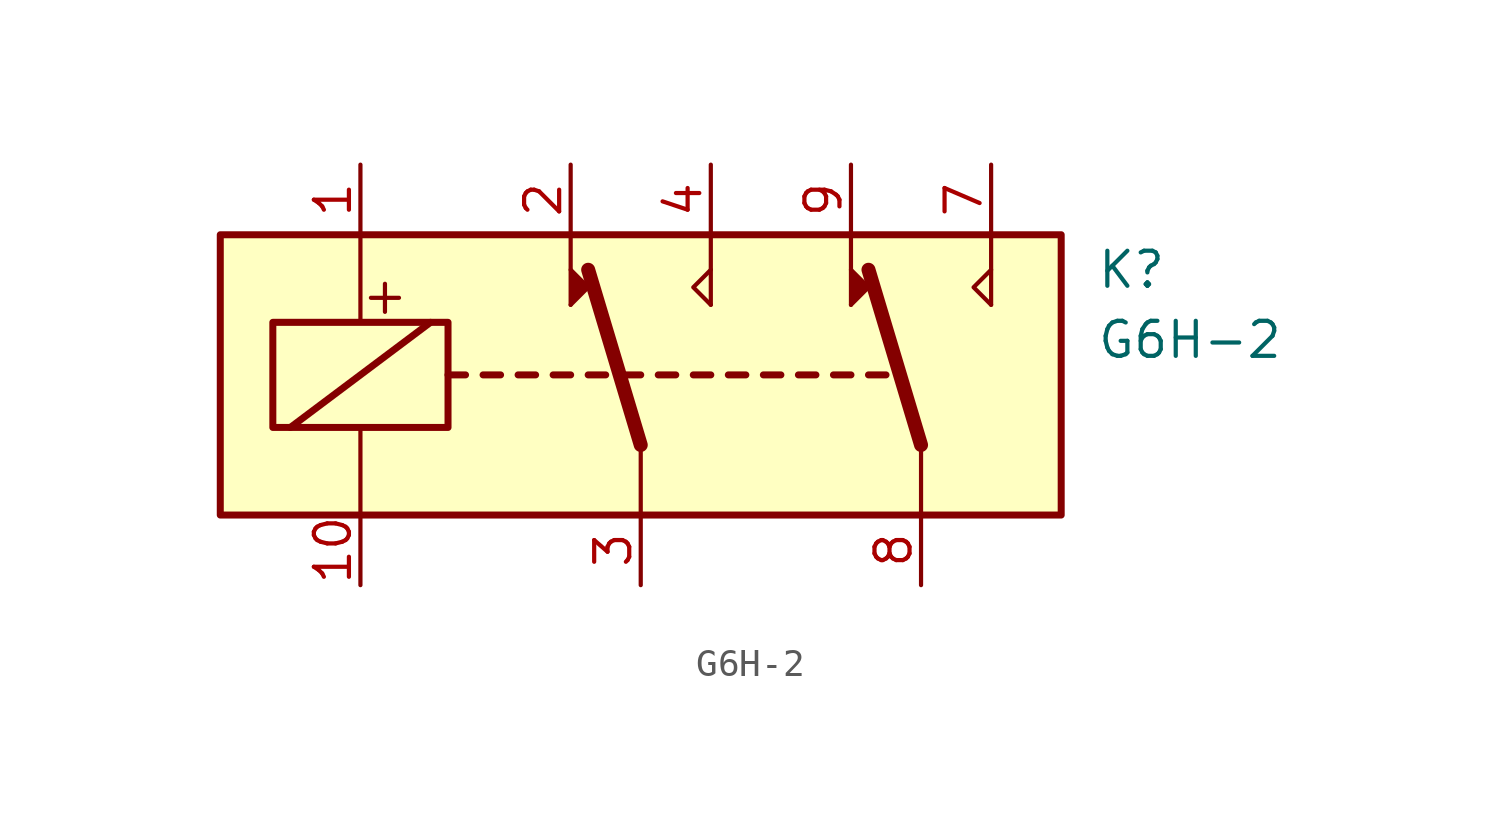
<source format=kicad_sym>
(kicad_symbol_lib
  (version 20211014)
  (generator kicad_symbol_editor)
  (symbol "G6H-2"
    (pin_names
      (offset 1.016))
    (property "Reference" "K"
      (at 16.51 3.81 0)
      (effects (font (size 1.27 1.27)) (justify left)))
    (property "Value" "G6H-2"
      (at 16.51 1.27 0)
      (effects (font (size 1.27 1.27)) (justify left)))
    (symbol "G6H-2_0_1"
      (rectangle (start -15.24 5.08) (end 15.24 -5.08) (stroke (width 0.254) (type default) (color 0 0 0 0)) (fill (type background)))
      (rectangle (start -13.335 1.905) (end -6.985 -1.905) (stroke (width 0.254) (type default) (color 0 0 0 0)) (fill (type none)))
      (polyline (pts (xy -12.7 -1.905) (xy -7.62 1.905)) (stroke (width 0.254) (type default) (color 0 0 0 0)) (fill (type none)))
      (polyline (pts (xy -10.16 -5.08) (xy -10.16 -1.905)) (stroke (width 0) (type default) (color 0 0 0 0)) (fill (type none)))
      (polyline (pts (xy -10.16 5.08) (xy -10.16 1.905)) (stroke (width 0) (type default) (color 0 0 0 0)) (fill (type none)))
      (polyline (pts (xy -9.779 2.794) (xy -8.763 2.794)) (stroke (width 0) (type default) (color 0 0 0 0)) (fill (type none)))
      (polyline (pts (xy -9.271 3.302) (xy -9.271 2.286)) (stroke (width 0) (type default) (color 0 0 0 0)) (fill (type none)))
      (polyline (pts (xy -6.985 0) (xy -6.35 0)) (stroke (width 0.254) (type default) (color 0 0 0 0)) (fill (type none)))
      (polyline (pts (xy -5.715 0) (xy -5.08 0)) (stroke (width 0.254) (type default) (color 0 0 0 0)) (fill (type none)))
      (polyline (pts (xy -4.445 0) (xy -3.81 0)) (stroke (width 0.254) (type default) (color 0 0 0 0)) (fill (type none)))
      (polyline (pts (xy -3.175 0) (xy -2.54 0)) (stroke (width 0.254) (type default) (color 0 0 0 0)) (fill (type none)))
      (polyline (pts (xy -2.54 2.54) (xy -2.54 5.08)) (stroke (width 0) (type default) (color 0 0 0 0)) (fill (type none)))
      (polyline (pts (xy -1.905 0) (xy -1.27 0)) (stroke (width 0.254) (type default) (color 0 0 0 0)) (fill (type none)))
      (polyline (pts (xy -0.635 0) (xy 0 0)) (stroke (width 0.254) (type default) (color 0 0 0 0)) (fill (type none)))
      (polyline (pts (xy 0 -2.54) (xy -1.905 3.81)) (stroke (width 0.508) (type default) (color 0 0 0 0)) (fill (type none)))
      (polyline (pts (xy 0 -2.54) (xy 0 -5.08)) (stroke (width 0) (type default) (color 0 0 0 0)) (fill (type none)))
      (polyline (pts (xy 0.635 0) (xy 1.27 0)) (stroke (width 0.254) (type default) (color 0 0 0 0)) (fill (type none)))
      (polyline (pts (xy 1.905 0) (xy 2.54 0)) (stroke (width 0.254) (type default) (color 0 0 0 0)) (fill (type none)))
      (polyline (pts (xy 2.54 2.54) (xy 2.54 5.08)) (stroke (width 0) (type default) (color 0 0 0 0)) (fill (type none)))
      (polyline (pts (xy 3.175 0) (xy 3.81 0)) (stroke (width 0.254) (type default) (color 0 0 0 0)) (fill (type none)))
      (polyline (pts (xy 4.445 0) (xy 5.08 0)) (stroke (width 0.254) (type default) (color 0 0 0 0)) (fill (type none)))
      (polyline (pts (xy 5.715 0) (xy 6.35 0)) (stroke (width 0.254) (type default) (color 0 0 0 0)) (fill (type none)))
      (polyline (pts (xy 6.985 0) (xy 7.62 0)) (stroke (width 0.254) (type default) (color 0 0 0 0)) (fill (type none)))
      (polyline (pts (xy 7.62 2.54) (xy 7.62 5.08)) (stroke (width 0) (type default) (color 0 0 0 0)) (fill (type none)))
      (polyline (pts (xy 8.255 0) (xy 8.89 0)) (stroke (width 0.254) (type default) (color 0 0 0 0)) (fill (type none)))
      (polyline (pts (xy 10.16 -2.54) (xy 8.255 3.81)) (stroke (width 0.508) (type default) (color 0 0 0 0)) (fill (type none)))
      (polyline (pts (xy 10.16 -2.54) (xy 10.16 -5.08)) (stroke (width 0) (type default) (color 0 0 0 0)) (fill (type none)))
      (polyline (pts (xy 12.7 2.54) (xy 12.7 5.08)) (stroke (width 0) (type default) (color 0 0 0 0)) (fill (type none)))
      (polyline (pts (xy -2.54 2.54) (xy -1.905 3.175) (xy -2.54 3.81)) (stroke (width 0) (type default) (color 0 0 0 0)) (fill (type outline)))
      (polyline (pts (xy 2.54 2.54) (xy 1.905 3.175) (xy 2.54 3.81)) (stroke (width 0) (type default) (color 0 0 0 0)) (fill (type none)))
      (polyline (pts (xy 7.62 2.54) (xy 8.255 3.175) (xy 7.62 3.81)) (stroke (width 0) (type default) (color 0 0 0 0)) (fill (type outline)))
      (polyline (pts (xy 12.7 2.54) (xy 12.065 3.175) (xy 12.7 3.81)) (stroke (width 0) (type default) (color 0 0 0 0)) (fill (type none))))
    (symbol "G6H-2_1_1"
      (pin passive line (at -10.16 7.62 270) (length 2.54) (name "~" (effects (font (size 1.27 1.27)))) (number "1" (effects (font (size 1.27 1.27)))))
      (pin passive line (at -10.16 -7.62 90) (length 2.54) (name "~" (effects (font (size 1.27 1.27)))) (number "10" (effects (font (size 1.27 1.27)))))
      (pin passive line (at -2.54 7.62 270) (length 2.54) (name "~" (effects (font (size 1.27 1.27)))) (number "2" (effects (font (size 1.27 1.27)))))
      (pin passive line (at 0 -7.62 90) (length 2.54) (name "~" (effects (font (size 1.27 1.27)))) (number "3" (effects (font (size 1.27 1.27)))))
      (pin passive line (at 2.54 7.62 270) (length 2.54) (name "~" (effects (font (size 1.27 1.27)))) (number "4" (effects (font (size 1.27 1.27)))))
      (pin no_connect line (at 5.08 -5.08 90) (length 2.54) hide (name "NC" (effects (font (size 1.27 1.27)))) (number "5" (effects (font (size 1.27 1.27)))))
      (pin no_connect line (at 2.54 -5.08 90) (length 2.54) hide (name "NC" (effects (font (size 1.27 1.27)))) (number "6" (effects (font (size 1.27 1.27)))))
      (pin passive line (at 12.7 7.62 270) (length 2.54) (name "~" (effects (font (size 1.27 1.27)))) (number "7" (effects (font (size 1.27 1.27)))))
      (pin passive line (at 10.16 -7.62 90) (length 2.54) (name "~" (effects (font (size 1.27 1.27)))) (number "8" (effects (font (size 1.27 1.27)))))
      (pin passive line (at 7.62 7.62 270) (length 2.54) (name "~" (effects (font (size 1.27 1.27)))) (number "9" (effects (font (size 1.27 1.27))))))))
</source>
